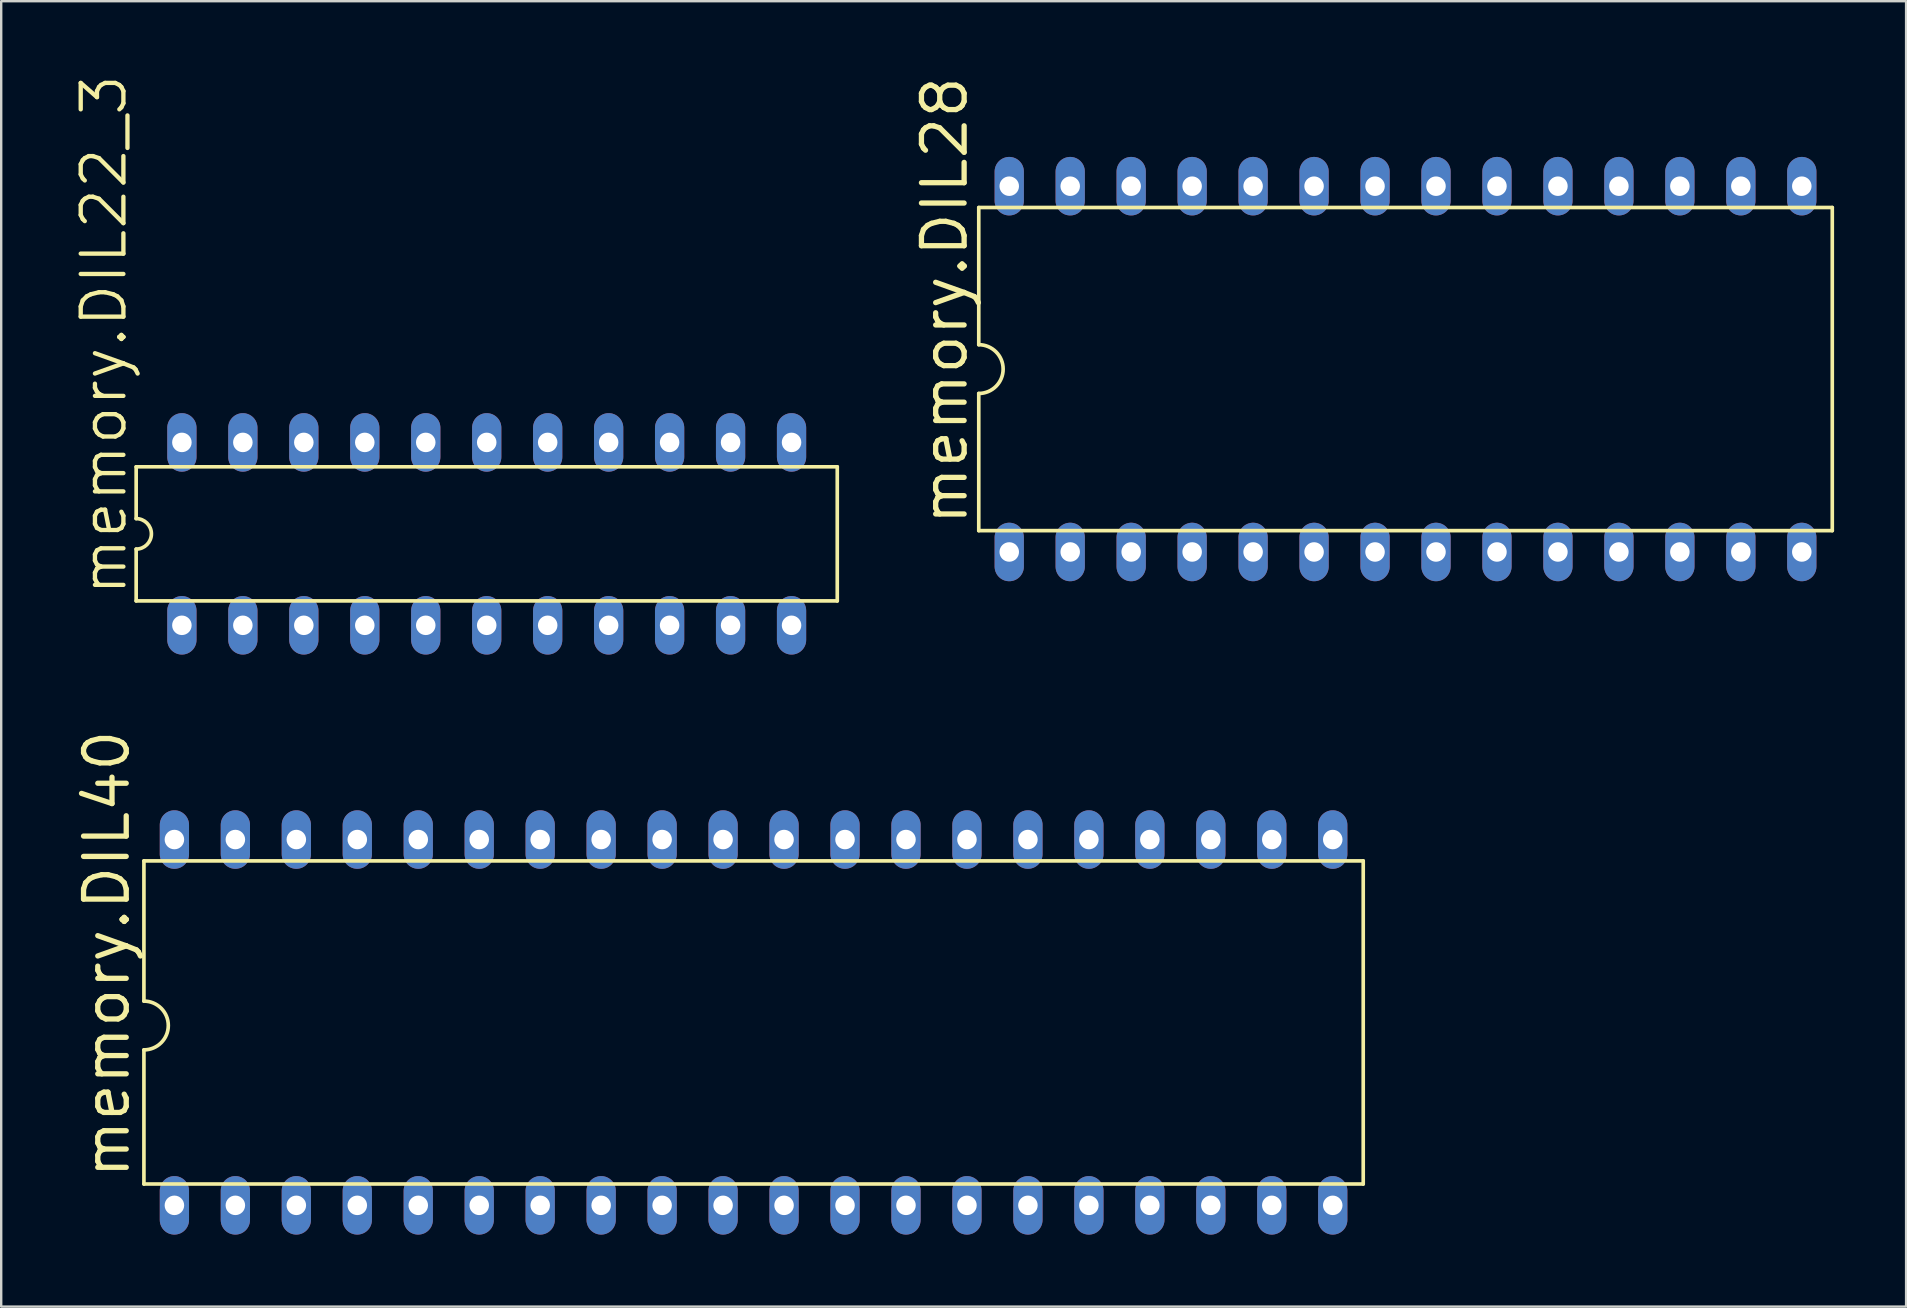
<source format=kicad_pcb>
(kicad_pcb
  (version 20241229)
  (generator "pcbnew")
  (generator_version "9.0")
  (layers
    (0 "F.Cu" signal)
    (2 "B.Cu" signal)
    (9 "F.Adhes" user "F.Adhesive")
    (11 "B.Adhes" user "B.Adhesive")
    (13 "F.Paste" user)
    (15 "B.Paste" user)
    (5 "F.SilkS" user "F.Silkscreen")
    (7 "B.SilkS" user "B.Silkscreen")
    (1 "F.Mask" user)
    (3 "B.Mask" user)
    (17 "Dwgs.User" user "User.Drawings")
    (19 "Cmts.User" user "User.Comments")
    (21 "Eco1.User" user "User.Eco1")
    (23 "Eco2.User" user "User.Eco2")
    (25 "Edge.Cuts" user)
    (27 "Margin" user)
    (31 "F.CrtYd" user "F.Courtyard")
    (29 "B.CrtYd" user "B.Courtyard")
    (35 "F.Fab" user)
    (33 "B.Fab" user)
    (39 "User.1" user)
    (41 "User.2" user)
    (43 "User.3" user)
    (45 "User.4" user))
  (footprint "memory.DIL22_3"
    (layer "F.Cu")
    (at 17.228 19.192)
    (property "Reference" "memory.DIL22_3" (at -14.91 2.667 90) (layer "F.SilkS") (effects (font (size 1.778 1.778) (thickness 0.18)) (justify left bottom)))
    (attr through_hole)
    (fp_line (start -14.605 -2.794) (end -14.605 -0.635) (stroke (width 0.152) (type default)) (layer "F.SilkS"))
    (fp_line (start -14.605 -2.794) (end 14.605 -2.794) (stroke (width 0.152) (type default)) (layer "F.SilkS"))
    (fp_line (start -14.605 0.635) (end -14.605 2.794) (stroke (width 0.152) (type default)) (layer "F.SilkS"))
    (fp_line (start -14.605 2.794) (end 14.605 2.794) (stroke (width 0.152) (type default)) (layer "F.SilkS"))
    (fp_line (start 14.605 2.794) (end 14.605 -2.794) (stroke (width 0.152) (type default)) (layer "F.SilkS"))
    (fp_arc (start -14.605 -0.635) (mid -13.97 0) (end -14.605 0.635) (stroke (width 0.1524) (type default)) (layer "F.SilkS"))
    (pad "1" thru_hole oval (at -12.7 3.81 90) (size 2.438 1.219) (drill 0.813) (layers "*.Cu" "*.Mask"))
    (pad "2" thru_hole oval (at -10.16 3.81 90) (size 2.438 1.219) (drill 0.813) (layers "*.Cu" "*.Mask"))
    (pad "3" thru_hole oval (at -7.62 3.81 90) (size 2.438 1.219) (drill 0.813) (layers "*.Cu" "*.Mask"))
    (pad "4" thru_hole oval (at -5.08 3.81 90) (size 2.438 1.219) (drill 0.813) (layers "*.Cu" "*.Mask"))
    (pad "5" thru_hole oval (at -2.54 3.81 90) (size 2.438 1.219) (drill 0.813) (layers "*.Cu" "*.Mask"))
    (pad "6" thru_hole oval (at 0 3.81 90) (size 2.438 1.219) (drill 0.813) (layers "*.Cu" "*.Mask"))
    (pad "7" thru_hole oval (at 2.54 3.81 90) (size 2.438 1.219) (drill 0.813) (layers "*.Cu" "*.Mask"))
    (pad "8" thru_hole oval (at 5.08 3.81 90) (size 2.438 1.219) (drill 0.813) (layers "*.Cu" "*.Mask"))
    (pad "9" thru_hole oval (at 7.62 3.81 90) (size 2.438 1.219) (drill 0.813) (layers "*.Cu" "*.Mask"))
    (pad "10" thru_hole oval (at 10.16 3.81 90) (size 2.438 1.219) (drill 0.813) (layers "*.Cu" "*.Mask"))
    (pad "11" thru_hole oval (at 12.7 3.81 90) (size 2.438 1.219) (drill 0.813) (layers "*.Cu" "*.Mask"))
    (pad "12" thru_hole oval (at 12.7 -3.81 90) (size 2.438 1.219) (drill 0.813) (layers "*.Cu" "*.Mask"))
    (pad "13" thru_hole oval (at 10.16 -3.81 90) (size 2.438 1.219) (drill 0.813) (layers "*.Cu" "*.Mask"))
    (pad "14" thru_hole oval (at 7.62 -3.81 90) (size 2.438 1.219) (drill 0.813) (layers "*.Cu" "*.Mask"))
    (pad "15" thru_hole oval (at 5.08 -3.81 90) (size 2.438 1.219) (drill 0.813) (layers "*.Cu" "*.Mask"))
    (pad "16" thru_hole oval (at 2.54 -3.81 90) (size 2.438 1.219) (drill 0.813) (layers "*.Cu" "*.Mask"))
    (pad "17" thru_hole oval (at 0 -3.81 90) (size 2.438 1.219) (drill 0.813) (layers "*.Cu" "*.Mask"))
    (pad "18" thru_hole oval (at -2.54 -3.81 90) (size 2.438 1.219) (drill 0.813) (layers "*.Cu" "*.Mask"))
    (pad "19" thru_hole oval (at -5.08 -3.81 90) (size 2.438 1.219) (drill 0.813) (layers "*.Cu" "*.Mask"))
    (pad "20" thru_hole oval (at -7.62 -3.81 90) (size 2.438 1.219) (drill 0.813) (layers "*.Cu" "*.Mask"))
    (pad "21" thru_hole oval (at -10.16 -3.81 90) (size 2.438 1.219) (drill 0.813) (layers "*.Cu" "*.Mask"))
    (pad "22" thru_hole oval (at -12.7 -3.81 90) (size 2.438 1.219) (drill 0.813) (layers "*.Cu" "*.Mask")))
  (footprint "memory.DIL28"
    (layer "F.Cu")
    (at 55.508 12.327)
    (property "Reference" "memory.DIL28" (at -18.161 6.604 90) (layer "F.SilkS") (effects (font (size 1.778 1.778) (thickness 0.22)) (justify left bottom)))
    (attr through_hole)
    (fp_line (start -17.78 -6.731) (end -17.78 -1.016) (stroke (width 0.152) (type default)) (layer "F.SilkS"))
    (fp_line (start -17.78 6.731) (end -17.78 1.016) (stroke (width 0.152) (type default)) (layer "F.SilkS"))
    (fp_line (start -17.78 6.731) (end 17.78 6.731) (stroke (width 0.152) (type default)) (layer "F.SilkS"))
    (fp_line (start 17.78 -6.731) (end -17.78 -6.731) (stroke (width 0.152) (type default)) (layer "F.SilkS"))
    (fp_line (start 17.78 -6.731) (end 17.78 6.731) (stroke (width 0.152) (type default)) (layer "F.SilkS"))
    (fp_arc (start -17.78 -1.016) (mid -16.764 0) (end -17.78 1.016) (stroke (width 0.1524) (type default)) (layer "F.SilkS"))
    (pad "1" thru_hole oval (at -16.51 7.62 90) (size 2.438 1.219) (drill 0.813) (layers "*.Cu" "*.Mask"))
    (pad "2" thru_hole oval (at -13.97 7.62 90) (size 2.438 1.219) (drill 0.813) (layers "*.Cu" "*.Mask"))
    (pad "3" thru_hole oval (at -11.43 7.62 90) (size 2.438 1.219) (drill 0.813) (layers "*.Cu" "*.Mask"))
    (pad "4" thru_hole oval (at -8.89 7.62 90) (size 2.438 1.219) (drill 0.813) (layers "*.Cu" "*.Mask"))
    (pad "5" thru_hole oval (at -6.35 7.62 90) (size 2.438 1.219) (drill 0.813) (layers "*.Cu" "*.Mask"))
    (pad "6" thru_hole oval (at -3.81 7.62 90) (size 2.438 1.219) (drill 0.813) (layers "*.Cu" "*.Mask"))
    (pad "7" thru_hole oval (at -1.27 7.62 90) (size 2.438 1.219) (drill 0.813) (layers "*.Cu" "*.Mask"))
    (pad "8" thru_hole oval (at 1.27 7.62 90) (size 2.438 1.219) (drill 0.813) (layers "*.Cu" "*.Mask"))
    (pad "9" thru_hole oval (at 3.81 7.62 90) (size 2.438 1.219) (drill 0.813) (layers "*.Cu" "*.Mask"))
    (pad "10" thru_hole oval (at 6.35 7.62 90) (size 2.438 1.219) (drill 0.813) (layers "*.Cu" "*.Mask"))
    (pad "11" thru_hole oval (at 8.89 7.62 90) (size 2.438 1.219) (drill 0.813) (layers "*.Cu" "*.Mask"))
    (pad "12" thru_hole oval (at 11.43 7.62 90) (size 2.438 1.219) (drill 0.813) (layers "*.Cu" "*.Mask"))
    (pad "13" thru_hole oval (at 13.97 7.62 90) (size 2.438 1.219) (drill 0.813) (layers "*.Cu" "*.Mask"))
    (pad "14" thru_hole oval (at 16.51 7.62 90) (size 2.438 1.219) (drill 0.813) (layers "*.Cu" "*.Mask"))
    (pad "15" thru_hole oval (at 16.51 -7.62 90) (size 2.438 1.219) (drill 0.813) (layers "*.Cu" "*.Mask"))
    (pad "16" thru_hole oval (at 13.97 -7.62 90) (size 2.438 1.219) (drill 0.813) (layers "*.Cu" "*.Mask"))
    (pad "17" thru_hole oval (at 11.43 -7.62 90) (size 2.438 1.219) (drill 0.813) (layers "*.Cu" "*.Mask"))
    (pad "18" thru_hole oval (at 8.89 -7.62 90) (size 2.438 1.219) (drill 0.813) (layers "*.Cu" "*.Mask"))
    (pad "19" thru_hole oval (at 6.35 -7.62 90) (size 2.438 1.219) (drill 0.813) (layers "*.Cu" "*.Mask"))
    (pad "20" thru_hole oval (at 3.81 -7.62 90) (size 2.438 1.219) (drill 0.813) (layers "*.Cu" "*.Mask"))
    (pad "21" thru_hole oval (at 1.27 -7.62 90) (size 2.438 1.219) (drill 0.813) (layers "*.Cu" "*.Mask"))
    (pad "22" thru_hole oval (at -1.27 -7.62 90) (size 2.438 1.219) (drill 0.813) (layers "*.Cu" "*.Mask"))
    (pad "23" thru_hole oval (at -3.81 -7.62 90) (size 2.438 1.219) (drill 0.813) (layers "*.Cu" "*.Mask"))
    (pad "24" thru_hole oval (at -6.35 -7.62 90) (size 2.438 1.219) (drill 0.813) (layers "*.Cu" "*.Mask"))
    (pad "25" thru_hole oval (at -8.89 -7.62 90) (size 2.438 1.219) (drill 0.813) (layers "*.Cu" "*.Mask"))
    (pad "26" thru_hole oval (at -11.43 -7.62 90) (size 2.438 1.219) (drill 0.813) (layers "*.Cu" "*.Mask"))
    (pad "27" thru_hole oval (at -13.97 -7.62 90) (size 2.438 1.219) (drill 0.813) (layers "*.Cu" "*.Mask"))
    (pad "28" thru_hole oval (at -16.51 -7.62 90) (size 2.438 1.219) (drill 0.813) (layers "*.Cu" "*.Mask")))
  (footprint "memory.DIL40"
    (layer "F.Cu")
    (at 28.346 39.548)
    (property "Reference" "memory.DIL40" (at -25.908 6.604 90) (layer "F.SilkS") (effects (font (size 1.778 1.778) (thickness 0.22)) (justify left bottom)))
    (attr through_hole)
    (fp_line (start -25.4 -6.731) (end -25.4 -0.889) (stroke (width 0.152) (type default)) (layer "F.SilkS"))
    (fp_line (start -25.4 6.731) (end -25.4 1.143) (stroke (width 0.152) (type default)) (layer "F.SilkS"))
    (fp_line (start -25.4 6.731) (end 25.4 6.731) (stroke (width 0.152) (type default)) (layer "F.SilkS"))
    (fp_line (start 25.4 -6.731) (end -25.4 -6.731) (stroke (width 0.152) (type default)) (layer "F.SilkS"))
    (fp_line (start 25.4 -6.731) (end 25.4 6.731) (stroke (width 0.152) (type default)) (layer "F.SilkS"))
    (fp_arc (start -25.4 -0.889) (mid -24.384 0.127) (end -25.4 1.143) (stroke (width 0.1524) (type default)) (layer "F.SilkS"))
    (pad "1" thru_hole oval (at -24.13 7.62 90) (size 2.438 1.219) (drill 0.813) (layers "*.Cu" "*.Mask"))
    (pad "2" thru_hole oval (at -21.59 7.62 90) (size 2.438 1.219) (drill 0.813) (layers "*.Cu" "*.Mask"))
    (pad "3" thru_hole oval (at -19.05 7.62 90) (size 2.438 1.219) (drill 0.813) (layers "*.Cu" "*.Mask"))
    (pad "4" thru_hole oval (at -16.51 7.62 90) (size 2.438 1.219) (drill 0.813) (layers "*.Cu" "*.Mask"))
    (pad "5" thru_hole oval (at -13.97 7.62 90) (size 2.438 1.219) (drill 0.813) (layers "*.Cu" "*.Mask"))
    (pad "6" thru_hole oval (at -11.43 7.62 90) (size 2.438 1.219) (drill 0.813) (layers "*.Cu" "*.Mask"))
    (pad "7" thru_hole oval (at -8.89 7.62 90) (size 2.438 1.219) (drill 0.813) (layers "*.Cu" "*.Mask"))
    (pad "8" thru_hole oval (at -6.35 7.62 90) (size 2.438 1.219) (drill 0.813) (layers "*.Cu" "*.Mask"))
    (pad "9" thru_hole oval (at -3.81 7.62 90) (size 2.438 1.219) (drill 0.813) (layers "*.Cu" "*.Mask"))
    (pad "10" thru_hole oval (at -1.27 7.62 90) (size 2.438 1.219) (drill 0.813) (layers "*.Cu" "*.Mask"))
    (pad "11" thru_hole oval (at 1.27 7.62 90) (size 2.438 1.219) (drill 0.813) (layers "*.Cu" "*.Mask"))
    (pad "12" thru_hole oval (at 3.81 7.62 90) (size 2.438 1.219) (drill 0.813) (layers "*.Cu" "*.Mask"))
    (pad "13" thru_hole oval (at 6.35 7.62 90) (size 2.438 1.219) (drill 0.813) (layers "*.Cu" "*.Mask"))
    (pad "14" thru_hole oval (at 8.89 7.62 90) (size 2.438 1.219) (drill 0.813) (layers "*.Cu" "*.Mask"))
    (pad "15" thru_hole oval (at 11.43 7.62 90) (size 2.438 1.219) (drill 0.813) (layers "*.Cu" "*.Mask"))
    (pad "16" thru_hole oval (at 13.97 7.62 90) (size 2.438 1.219) (drill 0.813) (layers "*.Cu" "*.Mask"))
    (pad "17" thru_hole oval (at 16.51 7.62 90) (size 2.438 1.219) (drill 0.813) (layers "*.Cu" "*.Mask"))
    (pad "18" thru_hole oval (at 19.05 7.62 90) (size 2.438 1.219) (drill 0.813) (layers "*.Cu" "*.Mask"))
    (pad "19" thru_hole oval (at 21.59 7.62 90) (size 2.438 1.219) (drill 0.813) (layers "*.Cu" "*.Mask"))
    (pad "20" thru_hole oval (at 24.13 7.62 90) (size 2.438 1.219) (drill 0.813) (layers "*.Cu" "*.Mask"))
    (pad "21" thru_hole oval (at 24.13 -7.62 90) (size 2.438 1.219) (drill 0.813) (layers "*.Cu" "*.Mask"))
    (pad "22" thru_hole oval (at 21.59 -7.62 90) (size 2.438 1.219) (drill 0.813) (layers "*.Cu" "*.Mask"))
    (pad "23" thru_hole oval (at 19.05 -7.62 90) (size 2.438 1.219) (drill 0.813) (layers "*.Cu" "*.Mask"))
    (pad "24" thru_hole oval (at 16.51 -7.62 90) (size 2.438 1.219) (drill 0.813) (layers "*.Cu" "*.Mask"))
    (pad "25" thru_hole oval (at 13.97 -7.62 90) (size 2.438 1.219) (drill 0.813) (layers "*.Cu" "*.Mask"))
    (pad "26" thru_hole oval (at 11.43 -7.62 90) (size 2.438 1.219) (drill 0.813) (layers "*.Cu" "*.Mask"))
    (pad "27" thru_hole oval (at 8.89 -7.62 90) (size 2.438 1.219) (drill 0.813) (layers "*.Cu" "*.Mask"))
    (pad "28" thru_hole oval (at 6.35 -7.62 90) (size 2.438 1.219) (drill 0.813) (layers "*.Cu" "*.Mask"))
    (pad "29" thru_hole oval (at 3.81 -7.62 90) (size 2.438 1.219) (drill 0.813) (layers "*.Cu" "*.Mask"))
    (pad "30" thru_hole oval (at 1.27 -7.62 90) (size 2.438 1.219) (drill 0.813) (layers "*.Cu" "*.Mask"))
    (pad "31" thru_hole oval (at -1.27 -7.62 90) (size 2.438 1.219) (drill 0.813) (layers "*.Cu" "*.Mask"))
    (pad "32" thru_hole oval (at -3.81 -7.62 90) (size 2.438 1.219) (drill 0.813) (layers "*.Cu" "*.Mask"))
    (pad "33" thru_hole oval (at -6.35 -7.62 90) (size 2.438 1.219) (drill 0.813) (layers "*.Cu" "*.Mask"))
    (pad "34" thru_hole oval (at -8.89 -7.62 90) (size 2.438 1.219) (drill 0.813) (layers "*.Cu" "*.Mask"))
    (pad "35" thru_hole oval (at -11.43 -7.62 90) (size 2.438 1.219) (drill 0.813) (layers "*.Cu" "*.Mask"))
    (pad "36" thru_hole oval (at -13.97 -7.62 90) (size 2.438 1.219) (drill 0.813) (layers "*.Cu" "*.Mask"))
    (pad "37" thru_hole oval (at -16.51 -7.62 90) (size 2.438 1.219) (drill 0.813) (layers "*.Cu" "*.Mask"))
    (pad "38" thru_hole oval (at -19.05 -7.62 90) (size 2.438 1.219) (drill 0.813) (layers "*.Cu" "*.Mask"))
    (pad "39" thru_hole oval (at -21.59 -7.62 90) (size 2.438 1.219) (drill 0.813) (layers "*.Cu" "*.Mask"))
    (pad "40" thru_hole oval (at -24.13 -7.62 90) (size 2.438 1.219) (drill 0.813) (layers "*.Cu" "*.Mask")))
  (gr_rect
    (start -3 -3)
    (end 76.364 51.388)
    (stroke (width 0.1) (type default))
    (fill no)
    (layer "Edge.Cuts")))
</source>
